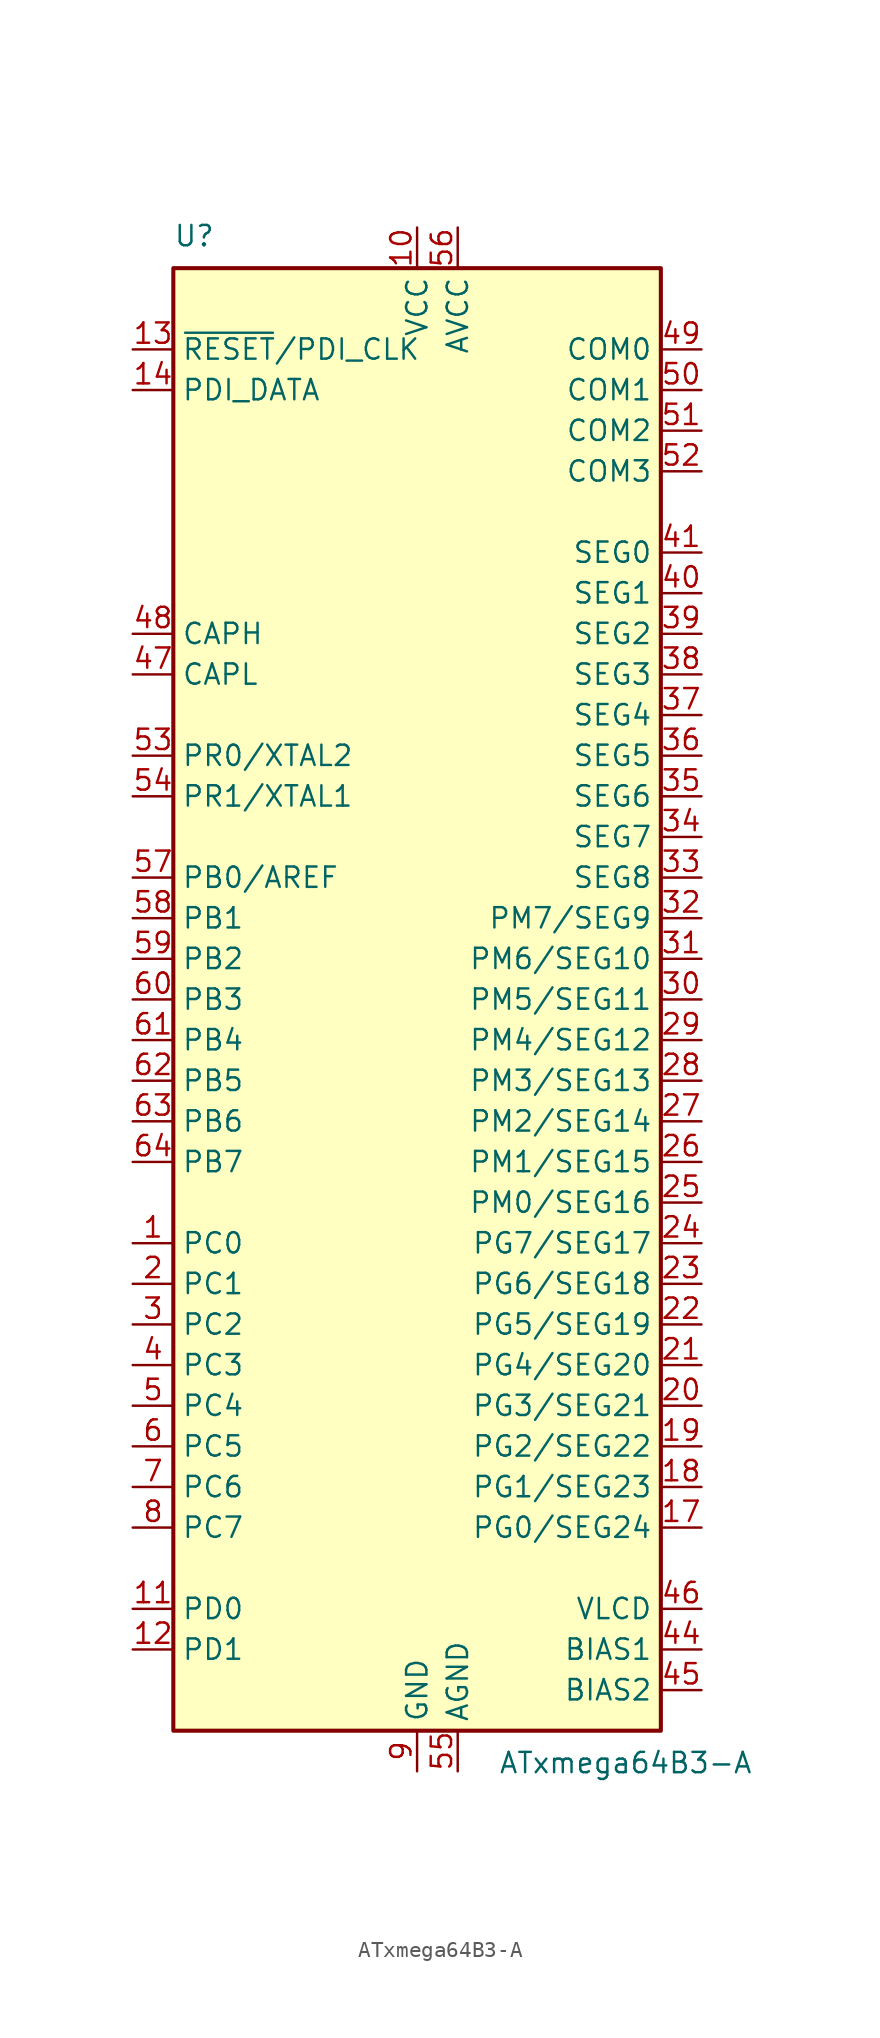
<source format=kicad_sym>
(kicad_symbol_lib
  (version 20211014)
  (generator kicad_symbol_editor)
  (symbol "ATxmega64B3-A"
    (property "Reference" "U"
      (at -15.24 46.99 0)
      (effects (font (size 1.27 1.27)) (justify left bottom)))
    (property "Value" "ATxmega64B3-A"
      (at 5.08 -46.99 0)
      (effects (font (size 1.27 1.27)) (justify left top)))
    (symbol "ATxmega64B3-A_0_1"
      (rectangle (start -15.24 -45.72) (end 15.24 45.72) (stroke (width 0.254) (type default) (color 0 0 0 0)) (fill (type background))))
    (symbol "ATxmega64B3-A_1_1"
      (pin bidirectional line (at -17.78 -15.24 0) (length 2.54) (name "PC0" (effects (font (size 1.27 1.27)))) (number "1" (effects (font (size 1.27 1.27)))))
      (pin power_in line (at 0 48.26 270) (length 2.54) (name "VCC" (effects (font (size 1.27 1.27)))) (number "10" (effects (font (size 1.27 1.27)))))
      (pin bidirectional line (at -17.78 -38.1 0) (length 2.54) (name "PD0" (effects (font (size 1.27 1.27)))) (number "11" (effects (font (size 1.27 1.27)))))
      (pin bidirectional line (at -17.78 -40.64 0) (length 2.54) (name "PD1" (effects (font (size 1.27 1.27)))) (number "12" (effects (font (size 1.27 1.27)))))
      (pin input line (at -17.78 40.64 0) (length 2.54) (name "~{RESET}/PDI_CLK" (effects (font (size 1.27 1.27)))) (number "13" (effects (font (size 1.27 1.27)))))
      (pin bidirectional line (at -17.78 38.1 0) (length 2.54) (name "PDI_DATA" (effects (font (size 1.27 1.27)))) (number "14" (effects (font (size 1.27 1.27)))))
      (pin passive line (at 0 -48.26 90) (length 2.54) hide (name "GND" (effects (font (size 1.27 1.27)))) (number "15" (effects (font (size 1.27 1.27)))))
      (pin passive line (at 0 48.26 270) (length 2.54) hide (name "VCC" (effects (font (size 1.27 1.27)))) (number "16" (effects (font (size 1.27 1.27)))))
      (pin bidirectional line (at 17.78 -33.02 180) (length 2.54) (name "PG0/SEG24" (effects (font (size 1.27 1.27)))) (number "17" (effects (font (size 1.27 1.27)))))
      (pin bidirectional line (at 17.78 -30.48 180) (length 2.54) (name "PG1/SEG23" (effects (font (size 1.27 1.27)))) (number "18" (effects (font (size 1.27 1.27)))))
      (pin bidirectional line (at 17.78 -27.94 180) (length 2.54) (name "PG2/SEG22" (effects (font (size 1.27 1.27)))) (number "19" (effects (font (size 1.27 1.27)))))
      (pin bidirectional line (at -17.78 -17.78 0) (length 2.54) (name "PC1" (effects (font (size 1.27 1.27)))) (number "2" (effects (font (size 1.27 1.27)))))
      (pin bidirectional line (at 17.78 -25.4 180) (length 2.54) (name "PG3/SEG21" (effects (font (size 1.27 1.27)))) (number "20" (effects (font (size 1.27 1.27)))))
      (pin bidirectional line (at 17.78 -22.86 180) (length 2.54) (name "PG4/SEG20" (effects (font (size 1.27 1.27)))) (number "21" (effects (font (size 1.27 1.27)))))
      (pin bidirectional line (at 17.78 -20.32 180) (length 2.54) (name "PG5/SEG19" (effects (font (size 1.27 1.27)))) (number "22" (effects (font (size 1.27 1.27)))))
      (pin bidirectional line (at 17.78 -17.78 180) (length 2.54) (name "PG6/SEG18" (effects (font (size 1.27 1.27)))) (number "23" (effects (font (size 1.27 1.27)))))
      (pin bidirectional line (at 17.78 -15.24 180) (length 2.54) (name "PG7/SEG17" (effects (font (size 1.27 1.27)))) (number "24" (effects (font (size 1.27 1.27)))))
      (pin bidirectional line (at 17.78 -12.7 180) (length 2.54) (name "PM0/SEG16" (effects (font (size 1.27 1.27)))) (number "25" (effects (font (size 1.27 1.27)))))
      (pin bidirectional line (at 17.78 -10.16 180) (length 2.54) (name "PM1/SEG15" (effects (font (size 1.27 1.27)))) (number "26" (effects (font (size 1.27 1.27)))))
      (pin bidirectional line (at 17.78 -7.62 180) (length 2.54) (name "PM2/SEG14" (effects (font (size 1.27 1.27)))) (number "27" (effects (font (size 1.27 1.27)))))
      (pin bidirectional line (at 17.78 -5.08 180) (length 2.54) (name "PM3/SEG13" (effects (font (size 1.27 1.27)))) (number "28" (effects (font (size 1.27 1.27)))))
      (pin bidirectional line (at 17.78 -2.54 180) (length 2.54) (name "PM4/SEG12" (effects (font (size 1.27 1.27)))) (number "29" (effects (font (size 1.27 1.27)))))
      (pin bidirectional line (at -17.78 -20.32 0) (length 2.54) (name "PC2" (effects (font (size 1.27 1.27)))) (number "3" (effects (font (size 1.27 1.27)))))
      (pin bidirectional line (at 17.78 0 180) (length 2.54) (name "PM5/SEG11" (effects (font (size 1.27 1.27)))) (number "30" (effects (font (size 1.27 1.27)))))
      (pin bidirectional line (at 17.78 2.54 180) (length 2.54) (name "PM6/SEG10" (effects (font (size 1.27 1.27)))) (number "31" (effects (font (size 1.27 1.27)))))
      (pin bidirectional line (at 17.78 5.08 180) (length 2.54) (name "PM7/SEG9" (effects (font (size 1.27 1.27)))) (number "32" (effects (font (size 1.27 1.27)))))
      (pin output line (at 17.78 7.62 180) (length 2.54) (name "SEG8" (effects (font (size 1.27 1.27)))) (number "33" (effects (font (size 1.27 1.27)))))
      (pin output line (at 17.78 10.16 180) (length 2.54) (name "SEG7" (effects (font (size 1.27 1.27)))) (number "34" (effects (font (size 1.27 1.27)))))
      (pin output line (at 17.78 12.7 180) (length 2.54) (name "SEG6" (effects (font (size 1.27 1.27)))) (number "35" (effects (font (size 1.27 1.27)))))
      (pin output line (at 17.78 15.24 180) (length 2.54) (name "SEG5" (effects (font (size 1.27 1.27)))) (number "36" (effects (font (size 1.27 1.27)))))
      (pin output line (at 17.78 17.78 180) (length 2.54) (name "SEG4" (effects (font (size 1.27 1.27)))) (number "37" (effects (font (size 1.27 1.27)))))
      (pin output line (at 17.78 20.32 180) (length 2.54) (name "SEG3" (effects (font (size 1.27 1.27)))) (number "38" (effects (font (size 1.27 1.27)))))
      (pin output line (at 17.78 22.86 180) (length 2.54) (name "SEG2" (effects (font (size 1.27 1.27)))) (number "39" (effects (font (size 1.27 1.27)))))
      (pin bidirectional line (at -17.78 -22.86 0) (length 2.54) (name "PC3" (effects (font (size 1.27 1.27)))) (number "4" (effects (font (size 1.27 1.27)))))
      (pin output line (at 17.78 25.4 180) (length 2.54) (name "SEG1" (effects (font (size 1.27 1.27)))) (number "40" (effects (font (size 1.27 1.27)))))
      (pin output line (at 17.78 27.94 180) (length 2.54) (name "SEG0" (effects (font (size 1.27 1.27)))) (number "41" (effects (font (size 1.27 1.27)))))
      (pin passive line (at 0 -48.26 90) (length 2.54) hide (name "GND" (effects (font (size 1.27 1.27)))) (number "42" (effects (font (size 1.27 1.27)))))
      (pin passive line (at 0 48.26 270) (length 2.54) hide (name "VCC" (effects (font (size 1.27 1.27)))) (number "43" (effects (font (size 1.27 1.27)))))
      (pin power_out line (at 17.78 -40.64 180) (length 2.54) (name "BIAS1" (effects (font (size 1.27 1.27)))) (number "44" (effects (font (size 1.27 1.27)))))
      (pin power_out line (at 17.78 -43.18 180) (length 2.54) (name "BIAS2" (effects (font (size 1.27 1.27)))) (number "45" (effects (font (size 1.27 1.27)))))
      (pin power_out line (at 17.78 -38.1 180) (length 2.54) (name "VLCD" (effects (font (size 1.27 1.27)))) (number "46" (effects (font (size 1.27 1.27)))))
      (pin passive line (at -17.78 20.32 0) (length 2.54) (name "CAPL" (effects (font (size 1.27 1.27)))) (number "47" (effects (font (size 1.27 1.27)))))
      (pin passive line (at -17.78 22.86 0) (length 2.54) (name "CAPH" (effects (font (size 1.27 1.27)))) (number "48" (effects (font (size 1.27 1.27)))))
      (pin output line (at 17.78 40.64 180) (length 2.54) (name "COM0" (effects (font (size 1.27 1.27)))) (number "49" (effects (font (size 1.27 1.27)))))
      (pin bidirectional line (at -17.78 -25.4 0) (length 2.54) (name "PC4" (effects (font (size 1.27 1.27)))) (number "5" (effects (font (size 1.27 1.27)))))
      (pin output line (at 17.78 38.1 180) (length 2.54) (name "COM1" (effects (font (size 1.27 1.27)))) (number "50" (effects (font (size 1.27 1.27)))))
      (pin output line (at 17.78 35.56 180) (length 2.54) (name "COM2" (effects (font (size 1.27 1.27)))) (number "51" (effects (font (size 1.27 1.27)))))
      (pin output line (at 17.78 33.02 180) (length 2.54) (name "COM3" (effects (font (size 1.27 1.27)))) (number "52" (effects (font (size 1.27 1.27)))))
      (pin bidirectional line (at -17.78 15.24 0) (length 2.54) (name "PR0/XTAL2" (effects (font (size 1.27 1.27)))) (number "53" (effects (font (size 1.27 1.27)))))
      (pin bidirectional line (at -17.78 12.7 0) (length 2.54) (name "PR1/XTAL1" (effects (font (size 1.27 1.27)))) (number "54" (effects (font (size 1.27 1.27)))))
      (pin power_in line (at 2.54 -48.26 90) (length 2.54) (name "AGND" (effects (font (size 1.27 1.27)))) (number "55" (effects (font (size 1.27 1.27)))))
      (pin power_in line (at 2.54 48.26 270) (length 2.54) (name "AVCC" (effects (font (size 1.27 1.27)))) (number "56" (effects (font (size 1.27 1.27)))))
      (pin bidirectional line (at -17.78 7.62 0) (length 2.54) (name "PB0/AREF" (effects (font (size 1.27 1.27)))) (number "57" (effects (font (size 1.27 1.27)))))
      (pin bidirectional line (at -17.78 5.08 0) (length 2.54) (name "PB1" (effects (font (size 1.27 1.27)))) (number "58" (effects (font (size 1.27 1.27)))))
      (pin bidirectional line (at -17.78 2.54 0) (length 2.54) (name "PB2" (effects (font (size 1.27 1.27)))) (number "59" (effects (font (size 1.27 1.27)))))
      (pin bidirectional line (at -17.78 -27.94 0) (length 2.54) (name "PC5" (effects (font (size 1.27 1.27)))) (number "6" (effects (font (size 1.27 1.27)))))
      (pin bidirectional line (at -17.78 0 0) (length 2.54) (name "PB3" (effects (font (size 1.27 1.27)))) (number "60" (effects (font (size 1.27 1.27)))))
      (pin bidirectional line (at -17.78 -2.54 0) (length 2.54) (name "PB4" (effects (font (size 1.27 1.27)))) (number "61" (effects (font (size 1.27 1.27)))))
      (pin bidirectional line (at -17.78 -5.08 0) (length 2.54) (name "PB5" (effects (font (size 1.27 1.27)))) (number "62" (effects (font (size 1.27 1.27)))))
      (pin bidirectional line (at -17.78 -7.62 0) (length 2.54) (name "PB6" (effects (font (size 1.27 1.27)))) (number "63" (effects (font (size 1.27 1.27)))))
      (pin bidirectional line (at -17.78 -10.16 0) (length 2.54) (name "PB7" (effects (font (size 1.27 1.27)))) (number "64" (effects (font (size 1.27 1.27)))))
      (pin bidirectional line (at -17.78 -30.48 0) (length 2.54) (name "PC6" (effects (font (size 1.27 1.27)))) (number "7" (effects (font (size 1.27 1.27)))))
      (pin bidirectional line (at -17.78 -33.02 0) (length 2.54) (name "PC7" (effects (font (size 1.27 1.27)))) (number "8" (effects (font (size 1.27 1.27)))))
      (pin power_in line (at 0 -48.26 90) (length 2.54) (name "GND" (effects (font (size 1.27 1.27)))) (number "9" (effects (font (size 1.27 1.27))))))))
</source>
